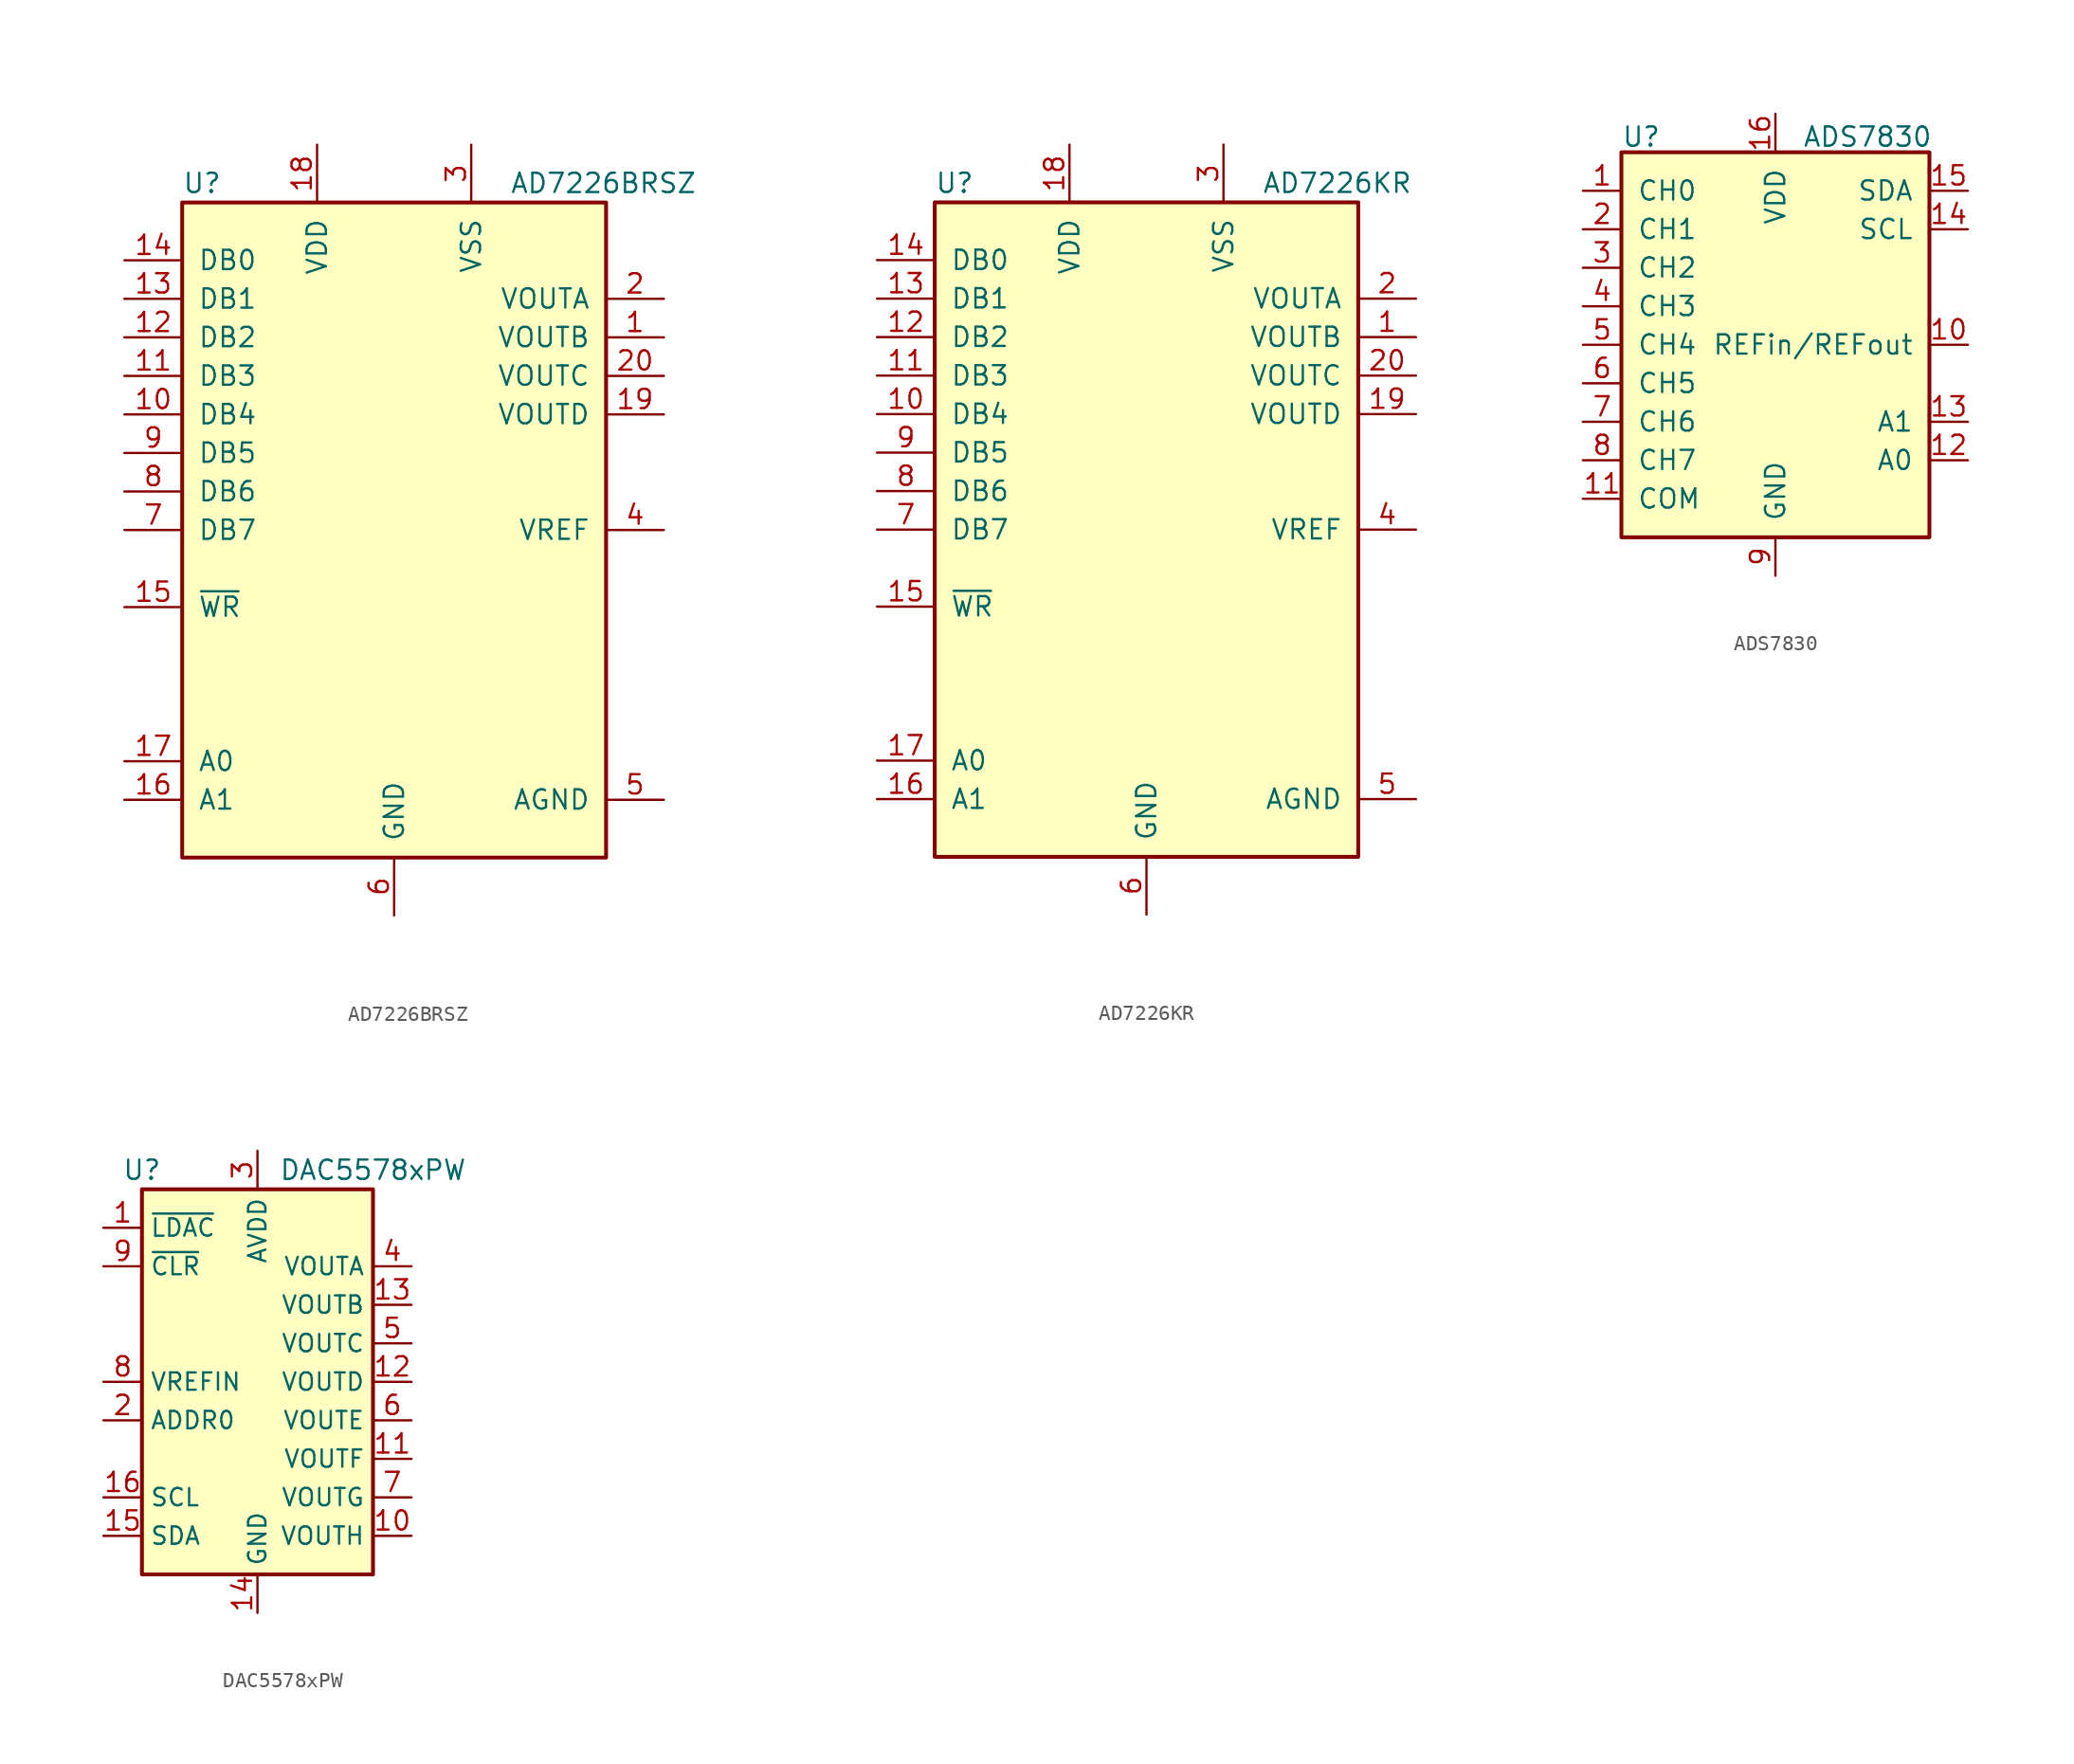
<source format=kicad_sym>
(kicad_symbol_lib
  (version 20201005)
  (generator kicad_symbol_editor)
  (symbol "Analog_DAC:AD7226BRSZ"
    (pin_names
      (offset 1.016))
    (property "Reference" "U"
      (at -13.97 22.86 0)
      (effects (font (size 1.27 1.27)) (justify left)))
    (property "Value" "AD7226BRSZ"
      (at 7.62 22.86 0)
      (effects (font (size 1.27 1.27)) (justify left)))
    (symbol "AD7226BRSZ_0_1"
      (rectangle (start -13.97 -21.59) (end 13.97 21.59) (stroke (width 0.254)) (fill (type background))))
    (symbol "AD7226BRSZ_1_1"
      (pin output line (at 17.78 12.7 180) (length 3.81) (name "VOUTB" (effects (font (size 1.27 1.27)))) (number "1" (effects (font (size 1.27 1.27)))))
      (pin input line (at -17.78 7.62 0) (length 3.81) (name "DB4" (effects (font (size 1.27 1.27)))) (number "10" (effects (font (size 1.27 1.27)))))
      (pin input line (at -17.78 10.16 0) (length 3.81) (name "DB3" (effects (font (size 1.27 1.27)))) (number "11" (effects (font (size 1.27 1.27)))))
      (pin input line (at -17.78 12.7 0) (length 3.81) (name "DB2" (effects (font (size 1.27 1.27)))) (number "12" (effects (font (size 1.27 1.27)))))
      (pin input line (at -17.78 15.24 0) (length 3.81) (name "DB1" (effects (font (size 1.27 1.27)))) (number "13" (effects (font (size 1.27 1.27)))))
      (pin input line (at -17.78 17.78 0) (length 3.81) (name "DB0" (effects (font (size 1.27 1.27)))) (number "14" (effects (font (size 1.27 1.27)))))
      (pin input line (at -17.78 -5.08 0) (length 3.81) (name "~WR" (effects (font (size 1.27 1.27)))) (number "15" (effects (font (size 1.27 1.27)))))
      (pin input line (at -17.78 -17.78 0) (length 3.81) (name "A1" (effects (font (size 1.27 1.27)))) (number "16" (effects (font (size 1.27 1.27)))))
      (pin input line (at -17.78 -15.24 0) (length 3.81) (name "A0" (effects (font (size 1.27 1.27)))) (number "17" (effects (font (size 1.27 1.27)))))
      (pin power_in line (at -5.08 25.4 270) (length 3.81) (name "VDD" (effects (font (size 1.27 1.27)))) (number "18" (effects (font (size 1.27 1.27)))))
      (pin output line (at 17.78 7.62 180) (length 3.81) (name "VOUTD" (effects (font (size 1.27 1.27)))) (number "19" (effects (font (size 1.27 1.27)))))
      (pin output line (at 17.78 15.24 180) (length 3.81) (name "VOUTA" (effects (font (size 1.27 1.27)))) (number "2" (effects (font (size 1.27 1.27)))))
      (pin output line (at 17.78 10.16 180) (length 3.81) (name "VOUTC" (effects (font (size 1.27 1.27)))) (number "20" (effects (font (size 1.27 1.27)))))
      (pin power_in line (at 5.08 25.4 270) (length 3.81) (name "VSS" (effects (font (size 1.27 1.27)))) (number "3" (effects (font (size 1.27 1.27)))))
      (pin input line (at 17.78 0 180) (length 3.81) (name "VREF" (effects (font (size 1.27 1.27)))) (number "4" (effects (font (size 1.27 1.27)))))
      (pin input line (at 17.78 -17.78 180) (length 3.81) (name "AGND" (effects (font (size 1.27 1.27)))) (number "5" (effects (font (size 1.27 1.27)))))
      (pin power_in line (at 0 -25.4 90) (length 3.81) (name "GND" (effects (font (size 1.27 1.27)))) (number "6" (effects (font (size 1.27 1.27)))))
      (pin input line (at -17.78 0 0) (length 3.81) (name "DB7" (effects (font (size 1.27 1.27)))) (number "7" (effects (font (size 1.27 1.27)))))
      (pin input line (at -17.78 2.54 0) (length 3.81) (name "DB6" (effects (font (size 1.27 1.27)))) (number "8" (effects (font (size 1.27 1.27)))))
      (pin input line (at -17.78 5.08 0) (length 3.81) (name "DB5" (effects (font (size 1.27 1.27)))) (number "9" (effects (font (size 1.27 1.27)))))))
  (symbol "Analog_DAC:AD7226KR"
    (pin_names
      (offset 1.016))
    (property "Reference" "U"
      (at -13.97 22.86 0)
      (effects (font (size 1.27 1.27)) (justify left)))
    (property "Value" "AD7226KR"
      (at 7.62 22.86 0)
      (effects (font (size 1.27 1.27)) (justify left)))
    (symbol "AD7226KR_0_1"
      (rectangle (start -13.97 -21.59) (end 13.97 21.59) (stroke (width 0.254)) (fill (type background))))
    (symbol "AD7226KR_1_1"
      (pin output line (at 17.78 12.7 180) (length 3.81) (name "VOUTB" (effects (font (size 1.27 1.27)))) (number "1" (effects (font (size 1.27 1.27)))))
      (pin input line (at -17.78 7.62 0) (length 3.81) (name "DB4" (effects (font (size 1.27 1.27)))) (number "10" (effects (font (size 1.27 1.27)))))
      (pin input line (at -17.78 10.16 0) (length 3.81) (name "DB3" (effects (font (size 1.27 1.27)))) (number "11" (effects (font (size 1.27 1.27)))))
      (pin input line (at -17.78 12.7 0) (length 3.81) (name "DB2" (effects (font (size 1.27 1.27)))) (number "12" (effects (font (size 1.27 1.27)))))
      (pin input line (at -17.78 15.24 0) (length 3.81) (name "DB1" (effects (font (size 1.27 1.27)))) (number "13" (effects (font (size 1.27 1.27)))))
      (pin input line (at -17.78 17.78 0) (length 3.81) (name "DB0" (effects (font (size 1.27 1.27)))) (number "14" (effects (font (size 1.27 1.27)))))
      (pin input line (at -17.78 -5.08 0) (length 3.81) (name "~WR" (effects (font (size 1.27 1.27)))) (number "15" (effects (font (size 1.27 1.27)))))
      (pin input line (at -17.78 -17.78 0) (length 3.81) (name "A1" (effects (font (size 1.27 1.27)))) (number "16" (effects (font (size 1.27 1.27)))))
      (pin input line (at -17.78 -15.24 0) (length 3.81) (name "A0" (effects (font (size 1.27 1.27)))) (number "17" (effects (font (size 1.27 1.27)))))
      (pin power_in line (at -5.08 25.4 270) (length 3.81) (name "VDD" (effects (font (size 1.27 1.27)))) (number "18" (effects (font (size 1.27 1.27)))))
      (pin output line (at 17.78 7.62 180) (length 3.81) (name "VOUTD" (effects (font (size 1.27 1.27)))) (number "19" (effects (font (size 1.27 1.27)))))
      (pin output line (at 17.78 15.24 180) (length 3.81) (name "VOUTA" (effects (font (size 1.27 1.27)))) (number "2" (effects (font (size 1.27 1.27)))))
      (pin output line (at 17.78 10.16 180) (length 3.81) (name "VOUTC" (effects (font (size 1.27 1.27)))) (number "20" (effects (font (size 1.27 1.27)))))
      (pin power_in line (at 5.08 25.4 270) (length 3.81) (name "VSS" (effects (font (size 1.27 1.27)))) (number "3" (effects (font (size 1.27 1.27)))))
      (pin input line (at 17.78 0 180) (length 3.81) (name "VREF" (effects (font (size 1.27 1.27)))) (number "4" (effects (font (size 1.27 1.27)))))
      (pin input line (at 17.78 -17.78 180) (length 3.81) (name "AGND" (effects (font (size 1.27 1.27)))) (number "5" (effects (font (size 1.27 1.27)))))
      (pin power_in line (at 0 -25.4 90) (length 3.81) (name "GND" (effects (font (size 1.27 1.27)))) (number "6" (effects (font (size 1.27 1.27)))))
      (pin input line (at -17.78 0 0) (length 3.81) (name "DB7" (effects (font (size 1.27 1.27)))) (number "7" (effects (font (size 1.27 1.27)))))
      (pin input line (at -17.78 2.54 0) (length 3.81) (name "DB6" (effects (font (size 1.27 1.27)))) (number "8" (effects (font (size 1.27 1.27)))))
      (pin input line (at -17.78 5.08 0) (length 3.81) (name "DB5" (effects (font (size 1.27 1.27)))) (number "9" (effects (font (size 1.27 1.27)))))))
  (symbol "Analog_DAC:ADS7830"
    (pin_names
      (offset 1.016))
    (property "Reference" "U"
      (at -10.16 13.716 0)
      (effects (font (size 1.27 1.27)) (justify left)))
    (property "Value" "ADS7830"
      (at 1.778 13.716 0)
      (effects (font (size 1.27 1.27)) (justify left)))
    (symbol "ADS7830_0_1"
      (rectangle (start -10.16 12.7) (end 10.16 -12.7) (stroke (width 0.254)) (fill (type background))))
    (symbol "ADS7830_1_1"
      (pin input line (at -12.7 10.16 0) (length 2.54) (name "CH0" (effects (font (size 1.27 1.27)))) (number "1" (effects (font (size 1.27 1.27)))))
      (pin bidirectional line (at 12.7 0 180) (length 2.54) (name "REFin/REFout" (effects (font (size 1.27 1.27)))) (number "10" (effects (font (size 1.27 1.27)))))
      (pin input line (at -12.7 -10.16 0) (length 2.54) (name "COM" (effects (font (size 1.27 1.27)))) (number "11" (effects (font (size 1.27 1.27)))))
      (pin input line (at 12.7 -7.62 180) (length 2.54) (name "A0" (effects (font (size 1.27 1.27)))) (number "12" (effects (font (size 1.27 1.27)))))
      (pin input line (at 12.7 -5.08 180) (length 2.54) (name "A1" (effects (font (size 1.27 1.27)))) (number "13" (effects (font (size 1.27 1.27)))))
      (pin input line (at 12.7 7.62 180) (length 2.54) (name "SCL" (effects (font (size 1.27 1.27)))) (number "14" (effects (font (size 1.27 1.27)))))
      (pin bidirectional line (at 12.7 10.16 180) (length 2.54) (name "SDA" (effects (font (size 1.27 1.27)))) (number "15" (effects (font (size 1.27 1.27)))))
      (pin power_in line (at 0 15.24 270) (length 2.54) (name "VDD" (effects (font (size 1.27 1.27)))) (number "16" (effects (font (size 1.27 1.27)))))
      (pin input line (at -12.7 7.62 0) (length 2.54) (name "CH1" (effects (font (size 1.27 1.27)))) (number "2" (effects (font (size 1.27 1.27)))))
      (pin input line (at -12.7 5.08 0) (length 2.54) (name "CH2" (effects (font (size 1.27 1.27)))) (number "3" (effects (font (size 1.27 1.27)))))
      (pin input line (at -12.7 2.54 0) (length 2.54) (name "CH3" (effects (font (size 1.27 1.27)))) (number "4" (effects (font (size 1.27 1.27)))))
      (pin input line (at -12.7 0 0) (length 2.54) (name "CH4" (effects (font (size 1.27 1.27)))) (number "5" (effects (font (size 1.27 1.27)))))
      (pin input line (at -12.7 -2.54 0) (length 2.54) (name "CH5" (effects (font (size 1.27 1.27)))) (number "6" (effects (font (size 1.27 1.27)))))
      (pin input line (at -12.7 -5.08 0) (length 2.54) (name "CH6" (effects (font (size 1.27 1.27)))) (number "7" (effects (font (size 1.27 1.27)))))
      (pin input line (at -12.7 -7.62 0) (length 2.54) (name "CH7" (effects (font (size 1.27 1.27)))) (number "8" (effects (font (size 1.27 1.27)))))
      (pin power_in line (at 0 -15.24 90) (length 2.54) (name "GND" (effects (font (size 1.27 1.27)))) (number "9" (effects (font (size 1.27 1.27)))))))
  (symbol "Analog_DAC:DAC5578xPW"
    (property "Reference" "U"
      (at -7.62 13.97 0)
      (effects (font (size 1.27 1.27))))
    (property "Value" "DAC5578xPW"
      (at 7.62 13.97 0)
      (effects (font (size 1.27 1.27))))
    (symbol "DAC5578xPW_0_1"
      (rectangle (start -7.62 12.7) (end 7.62 -12.7) (stroke (width 0.254)) (fill (type background))))
    (symbol "DAC5578xPW_1_1"
      (pin input line (at -10.16 10.16 0) (length 2.54) (name "~LDAC" (effects (font (size 1.143 1.143)))) (number "1" (effects (font (size 1.27 1.27)))))
      (pin output line (at 10.16 -10.16 180) (length 2.54) (name "VOUTH" (effects (font (size 1.143 1.143)))) (number "10" (effects (font (size 1.27 1.27)))))
      (pin output line (at 10.16 -5.08 180) (length 2.54) (name "VOUTF" (effects (font (size 1.143 1.143)))) (number "11" (effects (font (size 1.27 1.27)))))
      (pin output line (at 10.16 0 180) (length 2.54) (name "VOUTD" (effects (font (size 1.143 1.143)))) (number "12" (effects (font (size 1.27 1.27)))))
      (pin output line (at 10.16 5.08 180) (length 2.54) (name "VOUTB" (effects (font (size 1.143 1.143)))) (number "13" (effects (font (size 1.27 1.27)))))
      (pin power_in line (at 0 -15.24 90) (length 2.54) (name "GND" (effects (font (size 1.143 1.143)))) (number "14" (effects (font (size 1.27 1.27)))))
      (pin bidirectional line (at -10.16 -10.16 0) (length 2.54) (name "SDA" (effects (font (size 1.143 1.143)))) (number "15" (effects (font (size 1.27 1.27)))))
      (pin input line (at -10.16 -7.62 0) (length 2.54) (name "SCL" (effects (font (size 1.143 1.143)))) (number "16" (effects (font (size 1.27 1.27)))))
      (pin input line (at -10.16 -2.54 0) (length 2.54) (name "ADDR0" (effects (font (size 1.143 1.143)))) (number "2" (effects (font (size 1.27 1.27)))))
      (pin power_in line (at 0 15.24 270) (length 2.54) (name "AVDD" (effects (font (size 1.143 1.143)))) (number "3" (effects (font (size 1.27 1.27)))))
      (pin output line (at 10.16 7.62 180) (length 2.54) (name "VOUTA" (effects (font (size 1.143 1.143)))) (number "4" (effects (font (size 1.27 1.27)))))
      (pin output line (at 10.16 2.54 180) (length 2.54) (name "VOUTC" (effects (font (size 1.143 1.143)))) (number "5" (effects (font (size 1.27 1.27)))))
      (pin output line (at 10.16 -2.54 180) (length 2.54) (name "VOUTE" (effects (font (size 1.143 1.143)))) (number "6" (effects (font (size 1.27 1.27)))))
      (pin output line (at 10.16 -7.62 180) (length 2.54) (name "VOUTG" (effects (font (size 1.143 1.143)))) (number "7" (effects (font (size 1.27 1.27)))))
      (pin input line (at -10.16 0 0) (length 2.54) (name "VREFIN" (effects (font (size 1.143 1.143)))) (number "8" (effects (font (size 1.27 1.27)))))
      (pin input line (at -10.16 7.62 0) (length 2.54) (name "~CLR" (effects (font (size 1.143 1.143)))) (number "9" (effects (font (size 1.27 1.27))))))))
</source>
